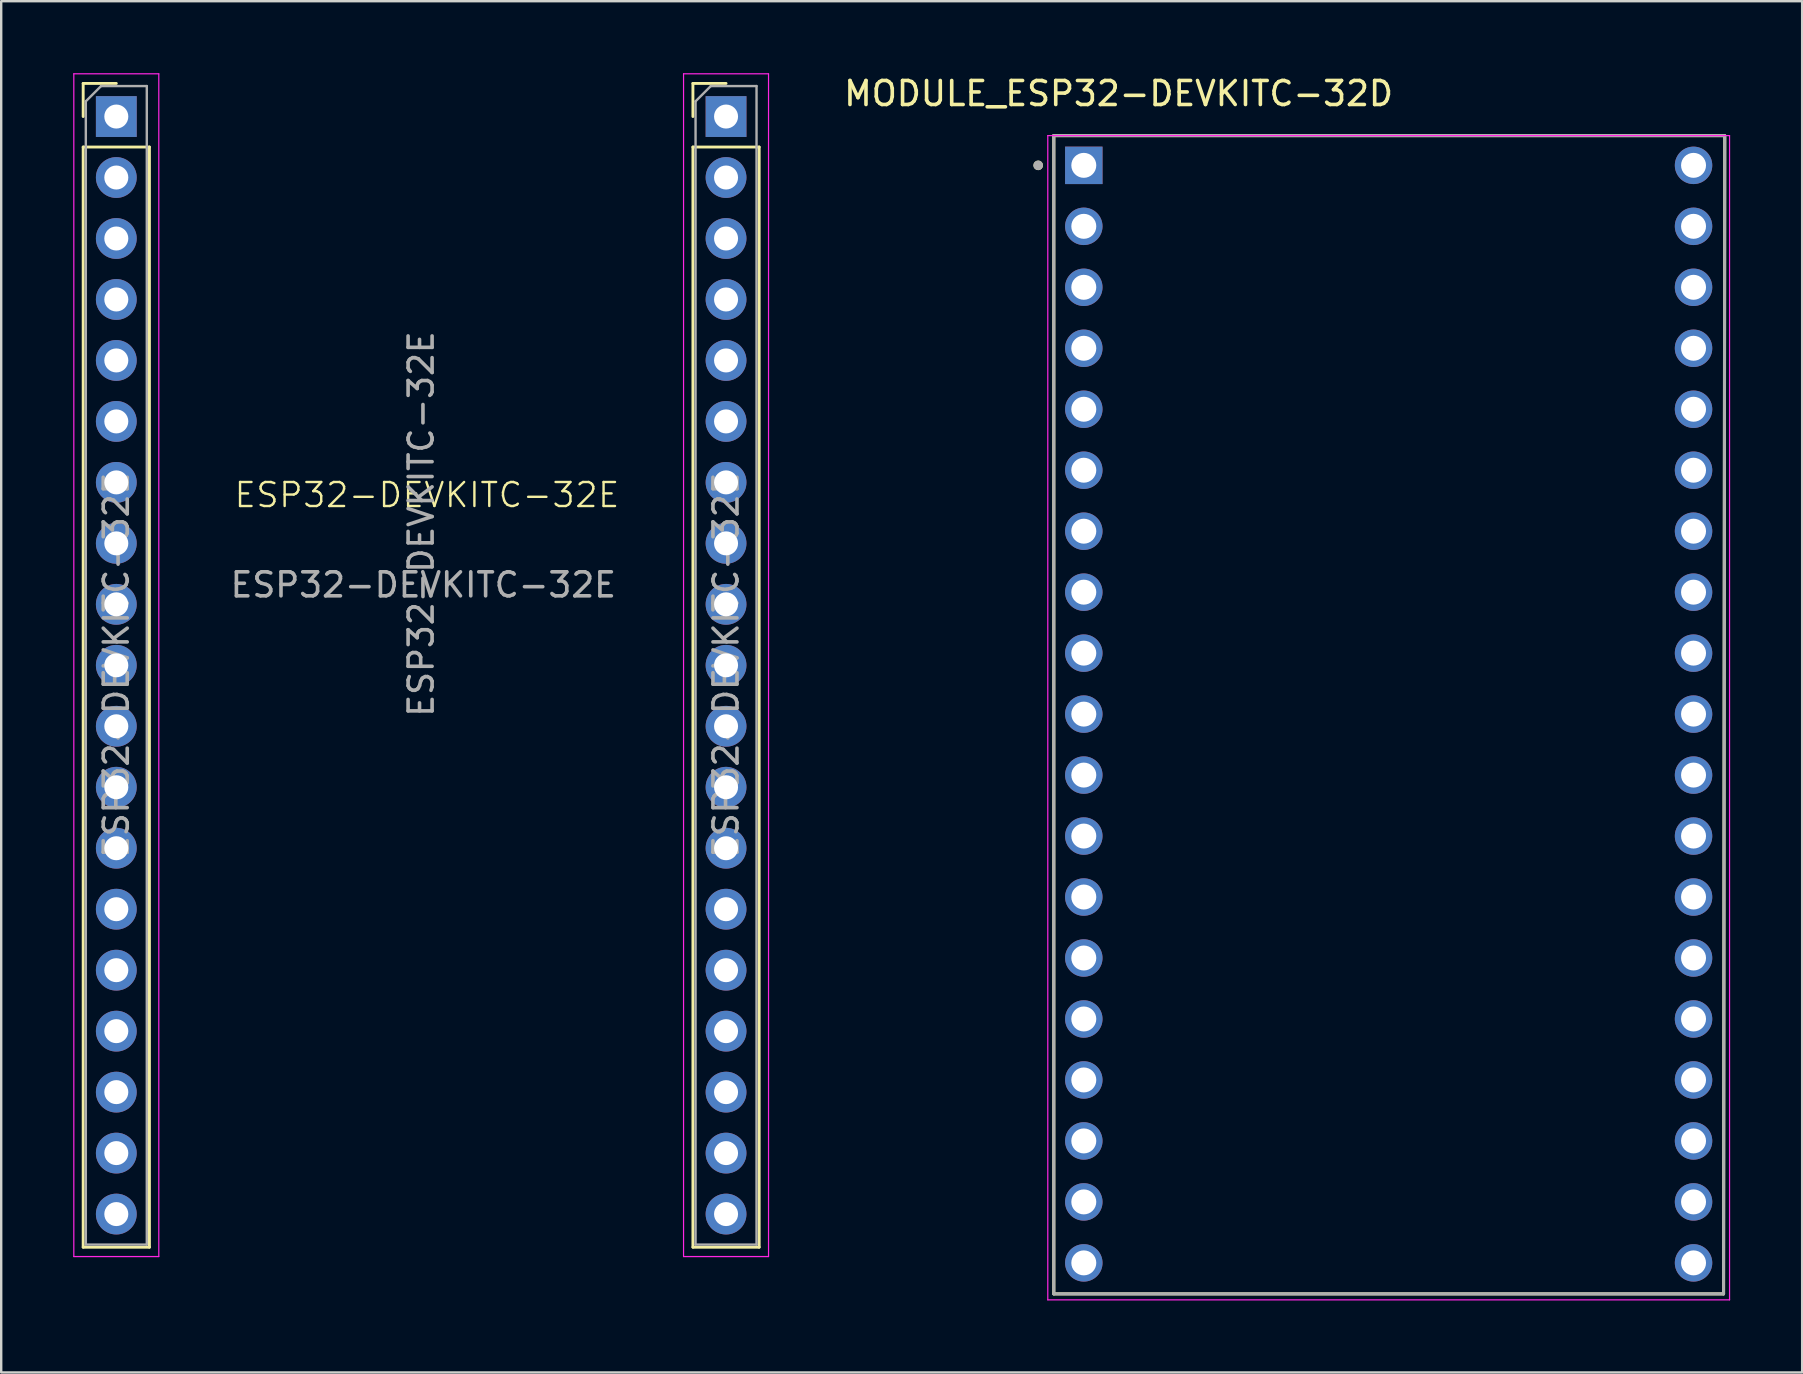
<source format=kicad_pcb>
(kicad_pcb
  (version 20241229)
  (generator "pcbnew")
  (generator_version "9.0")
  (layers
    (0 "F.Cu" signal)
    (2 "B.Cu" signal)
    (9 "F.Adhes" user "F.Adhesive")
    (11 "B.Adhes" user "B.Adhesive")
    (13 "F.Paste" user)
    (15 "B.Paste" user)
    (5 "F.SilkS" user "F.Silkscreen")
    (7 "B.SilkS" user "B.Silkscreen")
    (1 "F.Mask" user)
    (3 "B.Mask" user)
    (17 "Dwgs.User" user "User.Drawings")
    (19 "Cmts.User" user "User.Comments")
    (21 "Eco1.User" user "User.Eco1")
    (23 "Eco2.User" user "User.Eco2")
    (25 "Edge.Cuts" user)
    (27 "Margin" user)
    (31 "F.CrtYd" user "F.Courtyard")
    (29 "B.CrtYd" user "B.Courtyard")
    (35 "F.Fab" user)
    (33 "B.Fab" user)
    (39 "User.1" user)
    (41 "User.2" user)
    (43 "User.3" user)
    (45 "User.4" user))
  (footprint "MODULE_ESP32-DEVKITC-32D"
    (layer "F.Cu")
    (at 54.798 23.598)
    (property "Reference" "MODULE_ESP32-DEVKITC-32D" (at -11.25 -22.75 0) (layer "F.SilkS") (effects (font (size 1 1) (thickness 0.15))))
    (attr through_hole)
    (fp_line (start -13.95 -21) (end 13.95 -21) (stroke (width 0.127) (type solid)) (layer "F.SilkS"))
    (fp_line (start -13.95 27.25) (end -13.95 -21) (stroke (width 0.127) (type solid)) (layer "F.SilkS"))
    (fp_line (start 13.95 27.25) (end -13.95 27.25) (stroke (width 0.127) (type solid)) (layer "F.SilkS"))
    (fp_line (start 14 -21) (end 13.95 27.25) (stroke (width 0.127) (type solid)) (layer "F.SilkS"))
    (fp_circle (center -14.6 -19.76) (end -14.5 -19.76) (stroke (width 0.2) (type solid)) (fill no) (layer "F.SilkS"))
    (fp_line (start -14.2 -21) (end 14.2 -21) (stroke (width 0.05) (type solid)) (layer "F.CrtYd"))
    (fp_line (start -14.2 27.5) (end -14.2 -21) (stroke (width 0.05) (type solid)) (layer "F.CrtYd"))
    (fp_line (start 14.2 -21) (end 14.2 27.5) (stroke (width 0.05) (type solid)) (layer "F.CrtYd"))
    (fp_line (start 14.2 27.5) (end -14.2 27.5) (stroke (width 0.05) (type solid)) (layer "F.CrtYd"))
    (fp_line (start -13.95 -21) (end 13.95 -21) (stroke (width 0.127) (type solid)) (layer "F.Fab"))
    (fp_line (start -13.95 27.25) (end -13.95 -21) (stroke (width 0.127) (type solid)) (layer "F.Fab"))
    (fp_line (start 13.95 27.25) (end -13.95 27.25) (stroke (width 0.127) (type solid)) (layer "F.Fab"))
    (fp_line (start 14 -21) (end 13.95 27.25) (stroke (width 0.127) (type solid)) (layer "F.Fab"))
    (fp_circle (center -14.6 -19.76) (end -14.5 -19.76) (stroke (width 0.2) (type solid)) (fill no) (layer "F.Fab"))
    (pad "J2-1" thru_hole rect (at -12.7 -19.76) (size 1.56 1.56) (drill 1.04) (layers "*.Cu" "*.Mask"))
    (pad "J2-2" thru_hole circle (at -12.7 -17.22) (size 1.56 1.56) (drill 1.04) (layers "*.Cu" "*.Mask"))
    (pad "J2-3" thru_hole circle (at -12.7 -14.68) (size 1.56 1.56) (drill 1.04) (layers "*.Cu" "*.Mask"))
    (pad "J2-4" thru_hole circle (at -12.7 -12.14) (size 1.56 1.56) (drill 1.04) (layers "*.Cu" "*.Mask"))
    (pad "J2-5" thru_hole circle (at -12.7 -9.6) (size 1.56 1.56) (drill 1.04) (layers "*.Cu" "*.Mask"))
    (pad "J2-6" thru_hole circle (at -12.7 -7.06) (size 1.56 1.56) (drill 1.04) (layers "*.Cu" "*.Mask"))
    (pad "J2-7" thru_hole circle (at -12.7 -4.52) (size 1.56 1.56) (drill 1.04) (layers "*.Cu" "*.Mask"))
    (pad "J2-8" thru_hole circle (at -12.7 -1.98) (size 1.56 1.56) (drill 1.04) (layers "*.Cu" "*.Mask"))
    (pad "J2-9" thru_hole circle (at -12.7 0.56) (size 1.56 1.56) (drill 1.04) (layers "*.Cu" "*.Mask"))
    (pad "J2-10" thru_hole circle (at -12.7 3.1) (size 1.56 1.56) (drill 1.04) (layers "*.Cu" "*.Mask"))
    (pad "J2-11" thru_hole circle (at -12.7 5.64) (size 1.56 1.56) (drill 1.04) (layers "*.Cu" "*.Mask"))
    (pad "J2-12" thru_hole circle (at -12.7 8.18) (size 1.56 1.56) (drill 1.04) (layers "*.Cu" "*.Mask"))
    (pad "J2-13" thru_hole circle (at -12.7 10.72) (size 1.56 1.56) (drill 1.04) (layers "*.Cu" "*.Mask"))
    (pad "J2-14" thru_hole circle (at -12.7 13.26) (size 1.56 1.56) (drill 1.04) (layers "*.Cu" "*.Mask"))
    (pad "J2-15" thru_hole circle (at -12.7 15.8) (size 1.56 1.56) (drill 1.04) (layers "*.Cu" "*.Mask"))
    (pad "J2-16" thru_hole circle (at -12.7 18.34) (size 1.56 1.56) (drill 1.04) (layers "*.Cu" "*.Mask"))
    (pad "J2-17" thru_hole circle (at -12.7 20.88) (size 1.56 1.56) (drill 1.04) (layers "*.Cu" "*.Mask"))
    (pad "J2-18" thru_hole circle (at -12.7 23.42) (size 1.56 1.56) (drill 1.04) (layers "*.Cu" "*.Mask"))
    (pad "J2-19" thru_hole circle (at -12.7 25.96) (size 1.56 1.56) (drill 1.04) (layers "*.Cu" "*.Mask"))
    (pad "J3-1" thru_hole circle (at 12.7 -19.76) (size 1.56 1.56) (drill 1.04) (layers "*.Cu" "*.Mask"))
    (pad "J3-2" thru_hole circle (at 12.7 -17.22) (size 1.56 1.56) (drill 1.04) (layers "*.Cu" "*.Mask"))
    (pad "J3-3" thru_hole circle (at 12.7 -14.68) (size 1.56 1.56) (drill 1.04) (layers "*.Cu" "*.Mask"))
    (pad "J3-4" thru_hole circle (at 12.7 -12.14) (size 1.56 1.56) (drill 1.04) (layers "*.Cu" "*.Mask"))
    (pad "J3-5" thru_hole circle (at 12.7 -9.6) (size 1.56 1.56) (drill 1.04) (layers "*.Cu" "*.Mask"))
    (pad "J3-6" thru_hole circle (at 12.7 -7.06) (size 1.56 1.56) (drill 1.04) (layers "*.Cu" "*.Mask"))
    (pad "J3-7" thru_hole circle (at 12.7 -4.52) (size 1.56 1.56) (drill 1.04) (layers "*.Cu" "*.Mask"))
    (pad "J3-8" thru_hole circle (at 12.7 -1.98) (size 1.56 1.56) (drill 1.04) (layers "*.Cu" "*.Mask"))
    (pad "J3-9" thru_hole circle (at 12.7 0.56) (size 1.56 1.56) (drill 1.04) (layers "*.Cu" "*.Mask"))
    (pad "J3-10" thru_hole circle (at 12.7 3.1) (size 1.56 1.56) (drill 1.04) (layers "*.Cu" "*.Mask"))
    (pad "J3-11" thru_hole circle (at 12.7 5.64) (size 1.56 1.56) (drill 1.04) (layers "*.Cu" "*.Mask"))
    (pad "J3-12" thru_hole circle (at 12.7 8.18) (size 1.56 1.56) (drill 1.04) (layers "*.Cu" "*.Mask"))
    (pad "J3-13" thru_hole circle (at 12.7 10.72) (size 1.56 1.56) (drill 1.04) (layers "*.Cu" "*.Mask"))
    (pad "J3-14" thru_hole circle (at 12.7 13.26) (size 1.56 1.56) (drill 1.04) (layers "*.Cu" "*.Mask"))
    (pad "J3-15" thru_hole circle (at 12.7 15.8) (size 1.56 1.56) (drill 1.04) (layers "*.Cu" "*.Mask"))
    (pad "J3-16" thru_hole circle (at 12.7 18.34) (size 1.56 1.56) (drill 1.04) (layers "*.Cu" "*.Mask"))
    (pad "J3-17" thru_hole circle (at 12.7 20.88) (size 1.56 1.56) (drill 1.04) (layers "*.Cu" "*.Mask"))
    (pad "J3-18" thru_hole circle (at 12.7 23.42) (size 1.56 1.56) (drill 1.04) (layers "*.Cu" "*.Mask"))
    (pad "J3-19" thru_hole circle (at 12.7 25.96) (size 1.56 1.56) (drill 1.04) (layers "*.Cu" "*.Mask")))
  (footprint "ESP32-DEVKITC-32E"
    (layer "F.Cu")
    (at 14.749 22.887)
    (property "Reference" "ESP32-DEVKITC-32E" (at -0.013 -5.317 0) (unlocked yes) (layer "F.SilkS") (effects (font (size 1 1) (thickness 0.1))))
    (attr through_hole)
    (fp_line (start -14.334 -22.462) (end -12.954 -22.462) (stroke (width 0.12) (type solid)) (layer "F.SilkS"))
    (fp_line (start -14.334 -21.082) (end -14.334 -22.462) (stroke (width 0.12) (type solid)) (layer "F.SilkS"))
    (fp_line (start -14.334 -19.812) (end -14.334 26.018) (stroke (width 0.12) (type solid)) (layer "F.SilkS"))
    (fp_line (start -14.334 -19.812) (end -11.574 -19.812) (stroke (width 0.12) (type solid)) (layer "F.SilkS"))
    (fp_line (start -14.334 26.018) (end -11.574 26.018) (stroke (width 0.12) (type solid)) (layer "F.SilkS"))
    (fp_line (start -11.574 -19.812) (end -11.574 26.018) (stroke (width 0.12) (type solid)) (layer "F.SilkS"))
    (fp_line (start 11.066 -22.462) (end 12.446 -22.462) (stroke (width 0.12) (type solid)) (layer "F.SilkS"))
    (fp_line (start 11.066 -21.082) (end 11.066 -22.462) (stroke (width 0.12) (type solid)) (layer "F.SilkS"))
    (fp_line (start 11.066 -19.812) (end 11.066 26.018) (stroke (width 0.12) (type solid)) (layer "F.SilkS"))
    (fp_line (start 11.066 -19.812) (end 13.826 -19.812) (stroke (width 0.12) (type solid)) (layer "F.SilkS"))
    (fp_line (start 11.066 26.018) (end 13.826 26.018) (stroke (width 0.12) (type solid)) (layer "F.SilkS"))
    (fp_line (start 13.826 -19.812) (end 13.826 26.018) (stroke (width 0.12) (type solid)) (layer "F.SilkS"))
    (fp_line (start -14.724 -22.862) (end -14.724 26.408) (stroke (width 0.05) (type solid)) (layer "F.CrtYd"))
    (fp_line (start -14.724 26.408) (end -11.184 26.408) (stroke (width 0.05) (type solid)) (layer "F.CrtYd"))
    (fp_line (start -11.184 -22.862) (end -14.724 -22.862) (stroke (width 0.05) (type solid)) (layer "F.CrtYd"))
    (fp_line (start -11.184 26.408) (end -11.184 -22.862) (stroke (width 0.05) (type solid)) (layer "F.CrtYd"))
    (fp_line (start 10.676 -22.862) (end 10.676 26.408) (stroke (width 0.05) (type solid)) (layer "F.CrtYd"))
    (fp_line (start 10.676 26.408) (end 14.216 26.408) (stroke (width 0.05) (type solid)) (layer "F.CrtYd"))
    (fp_line (start 14.216 -22.862) (end 10.676 -22.862) (stroke (width 0.05) (type solid)) (layer "F.CrtYd"))
    (fp_line (start 14.216 26.408) (end 14.216 -22.862) (stroke (width 0.05) (type solid)) (layer "F.CrtYd"))
    (fp_line (start -14.224 -21.717) (end -13.589 -22.352) (stroke (width 0.1) (type solid)) (layer "F.Fab"))
    (fp_line (start -14.224 25.908) (end -14.224 -21.717) (stroke (width 0.1) (type solid)) (layer "F.Fab"))
    (fp_line (start -13.589 -22.352) (end -11.684 -22.352) (stroke (width 0.1) (type solid)) (layer "F.Fab"))
    (fp_line (start -11.684 -22.352) (end -11.684 25.908) (stroke (width 0.1) (type solid)) (layer "F.Fab"))
    (fp_line (start -11.684 25.908) (end -14.224 25.908) (stroke (width 0.1) (type solid)) (layer "F.Fab"))
    (fp_line (start 11.176 -21.717) (end 11.811 -22.352) (stroke (width 0.1) (type solid)) (layer "F.Fab"))
    (fp_line (start 11.176 25.908) (end 11.176 -21.717) (stroke (width 0.1) (type solid)) (layer "F.Fab"))
    (fp_line (start 11.811 -22.352) (end 13.716 -22.352) (stroke (width 0.1) (type solid)) (layer "F.Fab"))
    (fp_line (start 13.716 -22.352) (end 13.716 25.908) (stroke (width 0.1) (type solid)) (layer "F.Fab"))
    (fp_line (start 13.716 25.908) (end 11.176 25.908) (stroke (width 0.1) (type solid)) (layer "F.Fab"))
    (fp_text user "${REFERENCE}" (at 12.446 1.778 90) (layer "F.Fab") (effects (font (size 1 1) (thickness 0.15))))
    (fp_text user "${REFERENCE}" (at -0.254 -4.11 90) (layer "F.Fab") (effects (font (size 1 1) (thickness 0.15))))
    (fp_text user "${REFERENCE}" (at -0.165 -1.572 0) (unlocked yes) (layer "F.Fab") (effects (font (size 1 1) (thickness 0.15))))
    (fp_text user "${REFERENCE}" (at -12.954 1.778 90) (layer "F.Fab") (effects (font (size 1 1) (thickness 0.15))))
    (pad "1" thru_hole rect (at -12.954 -21.082) (size 1.7 1.7) (drill 1) (layers "*.Cu" "*.Mask"))
    (pad "2" thru_hole circle (at -12.954 -18.542) (size 1.7 1.7) (drill 1) (layers "*.Cu" "*.Mask"))
    (pad "3" thru_hole circle (at -12.954 -16.002) (size 1.7 1.7) (drill 1) (layers "*.Cu" "*.Mask"))
    (pad "4" thru_hole circle (at -12.954 -13.462) (size 1.7 1.7) (drill 1) (layers "*.Cu" "*.Mask"))
    (pad "5" thru_hole circle (at -12.954 -10.922) (size 1.7 1.7) (drill 1) (layers "*.Cu" "*.Mask"))
    (pad "6" thru_hole circle (at -12.954 -8.382) (size 1.7 1.7) (drill 1) (layers "*.Cu" "*.Mask"))
    (pad "7" thru_hole circle (at -12.954 -5.842) (size 1.7 1.7) (drill 1) (layers "*.Cu" "*.Mask"))
    (pad "8" thru_hole circle (at -12.954 -3.302) (size 1.7 1.7) (drill 1) (layers "*.Cu" "*.Mask"))
    (pad "9" thru_hole circle (at -12.954 -0.762) (size 1.7 1.7) (drill 1) (layers "*.Cu" "*.Mask"))
    (pad "10" thru_hole circle (at -12.954 1.778) (size 1.7 1.7) (drill 1) (layers "*.Cu" "*.Mask"))
    (pad "11" thru_hole circle (at -12.954 4.318) (size 1.7 1.7) (drill 1) (layers "*.Cu" "*.Mask"))
    (pad "12" thru_hole circle (at -12.954 6.858) (size 1.7 1.7) (drill 1) (layers "*.Cu" "*.Mask"))
    (pad "13" thru_hole circle (at -12.954 9.398) (size 1.7 1.7) (drill 1) (layers "*.Cu" "*.Mask"))
    (pad "14" thru_hole circle (at -12.954 11.938) (size 1.7 1.7) (drill 1) (layers "*.Cu" "*.Mask"))
    (pad "15" thru_hole circle (at -12.954 14.478) (size 1.7 1.7) (drill 1) (layers "*.Cu" "*.Mask"))
    (pad "16" thru_hole circle (at -12.954 17.018) (size 1.7 1.7) (drill 1) (layers "*.Cu" "*.Mask"))
    (pad "17" thru_hole circle (at -12.954 19.558) (size 1.7 1.7) (drill 1) (layers "*.Cu" "*.Mask"))
    (pad "18" thru_hole circle (at -12.954 22.098) (size 1.7 1.7) (drill 1) (layers "*.Cu" "*.Mask"))
    (pad "19" thru_hole circle (at -12.954 24.638) (size 1.7 1.7) (drill 1) (layers "*.Cu" "*.Mask"))
    (pad "20" thru_hole rect (at 12.446 -21.082) (size 1.7 1.7) (drill 1) (layers "*.Cu" "*.Mask"))
    (pad "21" thru_hole circle (at 12.446 -18.542) (size 1.7 1.7) (drill 1) (layers "*.Cu" "*.Mask"))
    (pad "22" thru_hole circle (at 12.446 -16.002) (size 1.7 1.7) (drill 1) (layers "*.Cu" "*.Mask"))
    (pad "23" thru_hole circle (at 12.446 -13.462) (size 1.7 1.7) (drill 1) (layers "*.Cu" "*.Mask"))
    (pad "24" thru_hole circle (at 12.446 -10.922) (size 1.7 1.7) (drill 1) (layers "*.Cu" "*.Mask"))
    (pad "25" thru_hole circle (at 12.446 -8.382) (size 1.7 1.7) (drill 1) (layers "*.Cu" "*.Mask"))
    (pad "26" thru_hole circle (at 12.446 -5.842) (size 1.7 1.7) (drill 1) (layers "*.Cu" "*.Mask"))
    (pad "27" thru_hole circle (at 12.446 -3.302) (size 1.7 1.7) (drill 1) (layers "*.Cu" "*.Mask"))
    (pad "28" thru_hole circle (at 12.446 -0.762) (size 1.7 1.7) (drill 1) (layers "*.Cu" "*.Mask"))
    (pad "29" thru_hole circle (at 12.446 1.778) (size 1.7 1.7) (drill 1) (layers "*.Cu" "*.Mask"))
    (pad "30" thru_hole circle (at 12.446 4.318) (size 1.7 1.7) (drill 1) (layers "*.Cu" "*.Mask"))
    (pad "31" thru_hole circle (at 12.446 6.858) (size 1.7 1.7) (drill 1) (layers "*.Cu" "*.Mask"))
    (pad "32" thru_hole circle (at 12.446 9.398) (size 1.7 1.7) (drill 1) (layers "*.Cu" "*.Mask"))
    (pad "33" thru_hole circle (at 12.446 11.938) (size 1.7 1.7) (drill 1) (layers "*.Cu" "*.Mask"))
    (pad "34" thru_hole circle (at 12.446 14.478) (size 1.7 1.7) (drill 1) (layers "*.Cu" "*.Mask"))
    (pad "35" thru_hole circle (at 12.446 17.018) (size 1.7 1.7) (drill 1) (layers "*.Cu" "*.Mask"))
    (pad "36" thru_hole circle (at 12.446 19.558) (size 1.7 1.7) (drill 1) (layers "*.Cu" "*.Mask"))
    (pad "37" thru_hole circle (at 12.446 22.098) (size 1.7 1.7) (drill 1) (layers "*.Cu" "*.Mask"))
    (pad "38" thru_hole circle (at 12.446 24.638) (size 1.7 1.7) (drill 1) (layers "*.Cu" "*.Mask")))
  (gr_rect
    (start -3 -3)
    (end 72.023 54.123)
    (stroke (width 0.1) (type default))
    (fill no)
    (layer "Edge.Cuts")))
</source>
